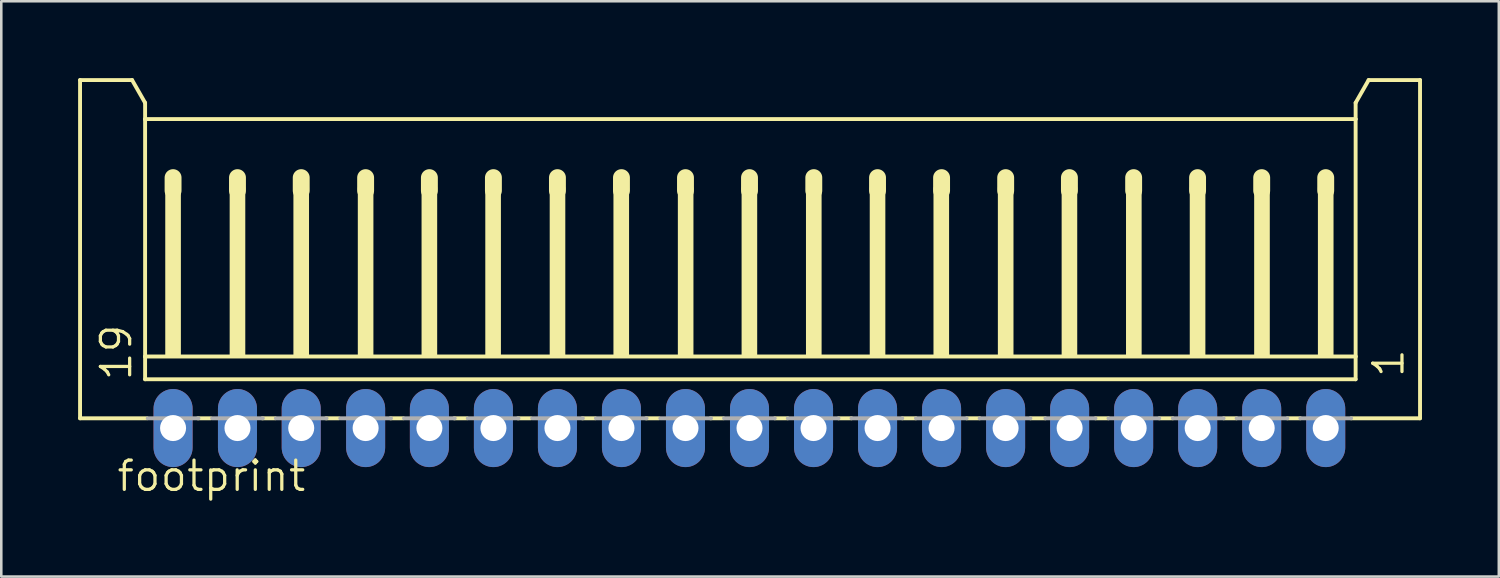
<source format=kicad_pcb>
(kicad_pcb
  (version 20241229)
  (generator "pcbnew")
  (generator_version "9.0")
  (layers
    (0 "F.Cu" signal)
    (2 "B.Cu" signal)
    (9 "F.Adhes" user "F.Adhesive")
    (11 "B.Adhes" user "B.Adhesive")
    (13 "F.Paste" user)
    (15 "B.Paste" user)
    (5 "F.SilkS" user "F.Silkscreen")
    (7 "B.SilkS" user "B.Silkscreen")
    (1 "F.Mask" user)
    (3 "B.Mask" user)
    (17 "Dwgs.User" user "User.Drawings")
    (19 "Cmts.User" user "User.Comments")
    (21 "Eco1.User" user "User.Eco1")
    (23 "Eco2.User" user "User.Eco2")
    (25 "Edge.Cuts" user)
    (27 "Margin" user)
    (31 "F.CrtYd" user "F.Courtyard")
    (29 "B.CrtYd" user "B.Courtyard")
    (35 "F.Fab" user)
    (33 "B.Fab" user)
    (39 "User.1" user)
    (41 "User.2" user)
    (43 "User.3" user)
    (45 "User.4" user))
  (footprint "footprint"
    (layer "F.Cu")
    (at 27.467 7.415)
    (property "Reference" "footprint" (at -26.019 8.79 0) (layer "F.SilkS") (effects (font (size 1.143 1.143) (thickness 0.127)) (justify left bottom)))
    (fp_line (start -27.391 -7.339) (end -25.359 -7.339) (stroke (width 0.152) (type solid)) (layer "F.SilkS"))
    (fp_line (start -27.391 5.869) (end -27.391 -7.339) (stroke (width 0.152) (type solid)) (layer "F.SilkS"))
    (fp_line (start -25.359 -7.339) (end -24.851 -6.45) (stroke (width 0.152) (type solid)) (layer "F.SilkS"))
    (fp_line (start -24.851 -6.45) (end -24.851 -5.815) (stroke (width 0.152) (type solid)) (layer "F.SilkS"))
    (fp_line (start -24.851 -5.815) (end -24.851 3.456) (stroke (width 0.152) (type solid)) (layer "F.SilkS"))
    (fp_line (start -24.851 3.456) (end -24.851 4.345) (stroke (width 0.152) (type solid)) (layer "F.SilkS"))
    (fp_line (start -24.775 5.869) (end -27.391 5.869) (stroke (width 0.152) (type solid)) (layer "F.SilkS"))
    (fp_line (start -23.759 -3.529) (end -23.759 -3.021) (stroke (width 0.66) (type solid)) (layer "F.SilkS"))
    (fp_line (start -22.286 5.869) (end -22.794 5.869) (stroke (width 0.152) (type solid)) (layer "F.SilkS"))
    (fp_line (start -21.244 -3.529) (end -21.244 -3.021) (stroke (width 0.66) (type solid)) (layer "F.SilkS"))
    (fp_line (start -19.771 5.869) (end -20.279 5.869) (stroke (width 0.152) (type solid)) (layer "F.SilkS"))
    (fp_line (start -18.755 -3.529) (end -18.755 -3.021) (stroke (width 0.66) (type solid)) (layer "F.SilkS"))
    (fp_line (start -17.282 5.869) (end -17.79 5.869) (stroke (width 0.152) (type solid)) (layer "F.SilkS"))
    (fp_line (start -16.24 -3.529) (end -16.24 -3.021) (stroke (width 0.66) (type solid)) (layer "F.SilkS"))
    (fp_line (start -14.767 5.869) (end -15.275 5.869) (stroke (width 0.152) (type solid)) (layer "F.SilkS"))
    (fp_line (start -13.75 -3.529) (end -13.75 -3.021) (stroke (width 0.66) (type solid)) (layer "F.SilkS"))
    (fp_line (start -12.278 5.869) (end -12.786 5.869) (stroke (width 0.152) (type solid)) (layer "F.SilkS"))
    (fp_line (start -11.25 -3.529) (end -11.25 -3.021) (stroke (width 0.66) (type solid)) (layer "F.SilkS"))
    (fp_line (start -9.789 5.869) (end -10.297 5.869) (stroke (width 0.152) (type solid)) (layer "F.SilkS"))
    (fp_line (start -8.75 -3.529) (end -8.75 -3.021) (stroke (width 0.66) (type solid)) (layer "F.SilkS"))
    (fp_line (start -7.274 5.869) (end -7.782 5.869) (stroke (width 0.152) (type solid)) (layer "F.SilkS"))
    (fp_line (start -6.25 -3.529) (end -6.25 -3.021) (stroke (width 0.66) (type solid)) (layer "F.SilkS"))
    (fp_line (start -4.785 5.869) (end -5.293 5.869) (stroke (width 0.152) (type solid)) (layer "F.SilkS"))
    (fp_line (start -3.75 -3.529) (end -3.75 -3.021) (stroke (width 0.66) (type solid)) (layer "F.SilkS"))
    (fp_line (start -2.27 5.869) (end -2.778 5.869) (stroke (width 0.152) (type solid)) (layer "F.SilkS"))
    (fp_line (start -1.25 -3.529) (end -1.25 -3.021) (stroke (width 0.66) (type solid)) (layer "F.SilkS"))
    (fp_line (start 0.244 5.869) (end -0.264 5.869) (stroke (width 0.152) (type solid)) (layer "F.SilkS"))
    (fp_line (start 1.26 -3.529) (end 1.26 -3.021) (stroke (width 0.66) (type solid)) (layer "F.SilkS"))
    (fp_line (start 2.733 5.869) (end 2.225 5.869) (stroke (width 0.152) (type solid)) (layer "F.SilkS"))
    (fp_line (start 3.749 -3.529) (end 3.749 -3.021) (stroke (width 0.66) (type solid)) (layer "F.SilkS"))
    (fp_line (start 5.248 5.869) (end 4.715 5.869) (stroke (width 0.152) (type solid)) (layer "F.SilkS"))
    (fp_line (start 6.25 -3.529) (end 6.25 -3.021) (stroke (width 0.66) (type solid)) (layer "F.SilkS"))
    (fp_line (start 7.737 5.869) (end 7.229 5.869) (stroke (width 0.152) (type solid)) (layer "F.SilkS"))
    (fp_line (start 8.753 -3.529) (end 8.753 -3.021) (stroke (width 0.66) (type solid)) (layer "F.SilkS"))
    (fp_line (start 10.303 5.869) (end 9.718 5.869) (stroke (width 0.152) (type solid)) (layer "F.SilkS"))
    (fp_line (start 11.242 -3.529) (end 11.242 -3.021) (stroke (width 0.66) (type solid)) (layer "F.SilkS"))
    (fp_line (start 12.766 5.869) (end 12.258 5.869) (stroke (width 0.152) (type solid)) (layer "F.SilkS"))
    (fp_line (start 13.75 -3.529) (end 13.75 -3.021) (stroke (width 0.66) (type solid)) (layer "F.SilkS"))
    (fp_line (start 15.281 5.869) (end 14.748 5.869) (stroke (width 0.152) (type solid)) (layer "F.SilkS"))
    (fp_line (start 16.246 -3.529) (end 16.246 -3.021) (stroke (width 0.66) (type solid)) (layer "F.SilkS"))
    (fp_line (start 17.77 5.869) (end 17.262 5.869) (stroke (width 0.152) (type solid)) (layer "F.SilkS"))
    (fp_line (start 18.75 -3.529) (end 18.75 -3.021) (stroke (width 0.66) (type solid)) (layer "F.SilkS"))
    (fp_line (start 20.259 5.869) (end 19.751 5.869) (stroke (width 0.152) (type solid)) (layer "F.SilkS"))
    (fp_line (start 21.25 -3.529) (end 21.25 -3.021) (stroke (width 0.66) (type solid)) (layer "F.SilkS"))
    (fp_line (start 22.418 -6.45) (end 22.418 -5.815) (stroke (width 0.152) (type solid)) (layer "F.SilkS"))
    (fp_line (start 22.418 -6.45) (end 22.926 -7.339) (stroke (width 0.152) (type solid)) (layer "F.SilkS"))
    (fp_line (start 22.418 -5.815) (end -24.851 -5.815) (stroke (width 0.152) (type solid)) (layer "F.SilkS"))
    (fp_line (start 22.418 -5.815) (end 22.418 3.456) (stroke (width 0.152) (type solid)) (layer "F.SilkS"))
    (fp_line (start 22.418 3.456) (end -24.851 3.456) (stroke (width 0.152) (type solid)) (layer "F.SilkS"))
    (fp_line (start 22.418 3.456) (end 22.418 4.345) (stroke (width 0.152) (type solid)) (layer "F.SilkS"))
    (fp_line (start 22.418 4.345) (end -24.851 4.345) (stroke (width 0.152) (type solid)) (layer "F.SilkS"))
    (fp_line (start 24.933 -7.339) (end 22.926 -7.339) (stroke (width 0.152) (type solid)) (layer "F.SilkS"))
    (fp_line (start 24.933 5.869) (end 22.241 5.869) (stroke (width 0.152) (type solid)) (layer "F.SilkS"))
    (fp_line (start 24.933 5.869) (end 24.933 -7.339) (stroke (width 0.152) (type solid)) (layer "F.SilkS"))
    (fp_poly (pts (xy -24.064 3.456) (xy -23.454 3.456) (xy -23.454 -3.148) (xy -24.064 -3.148)) (stroke (width 0) (type solid)) (fill yes) (layer "F.SilkS"))
    (fp_poly (pts (xy -21.549 3.456) (xy -20.939 3.456) (xy -20.939 -3.148) (xy -21.549 -3.148)) (stroke (width 0) (type solid)) (fill yes) (layer "F.SilkS"))
    (fp_poly (pts (xy -19.06 3.456) (xy -18.45 3.456) (xy -18.45 -3.148) (xy -19.06 -3.148)) (stroke (width 0) (type solid)) (fill yes) (layer "F.SilkS"))
    (fp_poly (pts (xy -16.545 3.456) (xy -15.936 3.456) (xy -15.936 -3.148) (xy -16.545 -3.148)) (stroke (width 0) (type solid)) (fill yes) (layer "F.SilkS"))
    (fp_poly (pts (xy -14.056 3.456) (xy -13.446 3.456) (xy -13.446 -3.148) (xy -14.056 -3.148)) (stroke (width 0) (type solid)) (fill yes) (layer "F.SilkS"))
    (fp_poly (pts (xy -11.567 3.456) (xy -10.957 3.456) (xy -10.957 -3.148) (xy -11.567 -3.148)) (stroke (width 0) (type solid)) (fill yes) (layer "F.SilkS"))
    (fp_poly (pts (xy -9.052 3.456) (xy -8.443 3.456) (xy -8.443 -3.148) (xy -9.052 -3.148)) (stroke (width 0) (type solid)) (fill yes) (layer "F.SilkS"))
    (fp_poly (pts (xy -6.563 3.456) (xy -5.953 3.456) (xy -5.953 -3.148) (xy -6.563 -3.148)) (stroke (width 0) (type solid)) (fill yes) (layer "F.SilkS"))
    (fp_poly (pts (xy -4.048 3.456) (xy -3.439 3.456) (xy -3.439 -3.148) (xy -4.048 -3.148)) (stroke (width 0) (type solid)) (fill yes) (layer "F.SilkS"))
    (fp_poly (pts (xy -1.559 3.456) (xy -0.95 3.456) (xy -0.95 -3.148) (xy -1.559 -3.148)) (stroke (width 0) (type solid)) (fill yes) (layer "F.SilkS"))
    (fp_poly (pts (xy 0.955 3.456) (xy 1.565 3.456) (xy 1.565 -3.148) (xy 0.955 -3.148)) (stroke (width 0) (type solid)) (fill yes) (layer "F.SilkS"))
    (fp_poly (pts (xy 3.445 3.456) (xy 4.054 3.456) (xy 4.054 -3.148) (xy 3.445 -3.148)) (stroke (width 0) (type solid)) (fill yes) (layer "F.SilkS"))
    (fp_poly (pts (xy 5.934 3.456) (xy 6.543 3.456) (xy 6.543 -3.148) (xy 5.934 -3.148)) (stroke (width 0) (type solid)) (fill yes) (layer "F.SilkS"))
    (fp_poly (pts (xy 8.448 3.456) (xy 9.058 3.456) (xy 9.058 -3.148) (xy 8.448 -3.148)) (stroke (width 0) (type solid)) (fill yes) (layer "F.SilkS"))
    (fp_poly (pts (xy 10.938 3.456) (xy 11.547 3.456) (xy 11.547 -3.148) (xy 10.938 -3.148)) (stroke (width 0) (type solid)) (fill yes) (layer "F.SilkS"))
    (fp_poly (pts (xy 13.452 3.456) (xy 14.062 3.456) (xy 14.062 -3.148) (xy 13.452 -3.148)) (stroke (width 0) (type solid)) (fill yes) (layer "F.SilkS"))
    (fp_poly (pts (xy 15.941 3.456) (xy 16.551 3.456) (xy 16.551 -3.148) (xy 15.941 -3.148)) (stroke (width 0) (type solid)) (fill yes) (layer "F.SilkS"))
    (fp_poly (pts (xy 18.456 3.456) (xy 19.066 3.456) (xy 19.066 -3.148) (xy 18.456 -3.148)) (stroke (width 0) (type solid)) (fill yes) (layer "F.SilkS"))
    (fp_poly (pts (xy 20.945 3.456) (xy 21.555 3.456) (xy 21.555 -3.148) (xy 20.945 -3.148)) (stroke (width 0) (type solid)) (fill yes) (layer "F.SilkS"))
    (fp_line (start -24.749 5.869) (end -22.768 5.869) (stroke (width 0.152) (type solid)) (layer "F.Fab"))
    (fp_line (start -22.235 5.869) (end -20.254 5.869) (stroke (width 0.152) (type solid)) (layer "F.Fab"))
    (fp_line (start -19.746 5.869) (end -17.764 5.869) (stroke (width 0.152) (type solid)) (layer "F.Fab"))
    (fp_line (start -17.231 5.869) (end -15.25 5.869) (stroke (width 0.152) (type solid)) (layer "F.Fab"))
    (fp_line (start -14.742 5.869) (end -12.761 5.869) (stroke (width 0.152) (type solid)) (layer "F.Fab"))
    (fp_line (start -12.253 5.869) (end -10.271 5.869) (stroke (width 0.152) (type solid)) (layer "F.Fab"))
    (fp_line (start -9.738 5.869) (end -7.757 5.869) (stroke (width 0.152) (type solid)) (layer "F.Fab"))
    (fp_line (start -7.249 5.869) (end -5.268 5.869) (stroke (width 0.152) (type solid)) (layer "F.Fab"))
    (fp_line (start -4.734 5.869) (end -2.753 5.869) (stroke (width 0.152) (type solid)) (layer "F.Fab"))
    (fp_line (start -2.245 5.869) (end -0.264 5.869) (stroke (width 0.152) (type solid)) (layer "F.Fab"))
    (fp_line (start 0.244 5.869) (end 2.225 5.869) (stroke (width 0.152) (type solid)) (layer "F.Fab"))
    (fp_line (start 2.733 5.869) (end 4.715 5.869) (stroke (width 0.152) (type solid)) (layer "F.Fab"))
    (fp_line (start 5.248 5.869) (end 7.229 5.869) (stroke (width 0.152) (type solid)) (layer "F.Fab"))
    (fp_line (start 7.737 5.869) (end 9.718 5.869) (stroke (width 0.152) (type solid)) (layer "F.Fab"))
    (fp_line (start 10.303 5.869) (end 12.258 5.869) (stroke (width 0.152) (type solid)) (layer "F.Fab"))
    (fp_line (start 12.766 5.869) (end 14.748 5.869) (stroke (width 0.152) (type solid)) (layer "F.Fab"))
    (fp_line (start 15.281 5.869) (end 17.262 5.869) (stroke (width 0.152) (type solid)) (layer "F.Fab"))
    (fp_line (start 17.77 5.869) (end 19.751 5.869) (stroke (width 0.152) (type solid)) (layer "F.Fab"))
    (fp_line (start 20.259 5.869) (end 22.241 5.869) (stroke (width 0.152) (type solid)) (layer "F.Fab"))
    (fp_poly (pts (xy -24.064 6.504) (xy -23.454 6.504) (xy -23.454 5.869) (xy -24.064 5.869)) (stroke (width 0.1) (type solid)) (fill no) (layer "F.Fab"))
    (fp_poly (pts (xy -21.549 6.504) (xy -20.939 6.504) (xy -20.939 5.869) (xy -21.549 5.869)) (stroke (width 0.1) (type solid)) (fill no) (layer "F.Fab"))
    (fp_poly (pts (xy -19.06 6.504) (xy -18.45 6.504) (xy -18.45 5.869) (xy -19.06 5.869)) (stroke (width 0.1) (type solid)) (fill no) (layer "F.Fab"))
    (fp_poly (pts (xy -16.545 6.504) (xy -15.936 6.504) (xy -15.936 5.869) (xy -16.545 5.869)) (stroke (width 0.1) (type solid)) (fill no) (layer "F.Fab"))
    (fp_poly (pts (xy -14.056 6.504) (xy -13.446 6.504) (xy -13.446 5.869) (xy -14.056 5.869)) (stroke (width 0.1) (type solid)) (fill no) (layer "F.Fab"))
    (fp_poly (pts (xy -11.567 6.504) (xy -10.957 6.504) (xy -10.957 5.869) (xy -11.567 5.869)) (stroke (width 0.1) (type solid)) (fill no) (layer "F.Fab"))
    (fp_poly (pts (xy -9.052 6.504) (xy -8.443 6.504) (xy -8.443 5.869) (xy -9.052 5.869)) (stroke (width 0.1) (type solid)) (fill no) (layer "F.Fab"))
    (fp_poly (pts (xy -6.563 6.504) (xy -5.953 6.504) (xy -5.953 5.869) (xy -6.563 5.869)) (stroke (width 0.1) (type solid)) (fill no) (layer "F.Fab"))
    (fp_poly (pts (xy -4.048 6.504) (xy -3.439 6.504) (xy -3.439 5.869) (xy -4.048 5.869)) (stroke (width 0.1) (type solid)) (fill no) (layer "F.Fab"))
    (fp_poly (pts (xy -1.559 6.504) (xy -0.95 6.504) (xy -0.95 5.869) (xy -1.559 5.869)) (stroke (width 0.1) (type solid)) (fill no) (layer "F.Fab"))
    (fp_poly (pts (xy 0.955 6.504) (xy 1.565 6.504) (xy 1.565 5.869) (xy 0.955 5.869)) (stroke (width 0.1) (type solid)) (fill no) (layer "F.Fab"))
    (fp_poly (pts (xy 3.445 6.504) (xy 4.054 6.504) (xy 4.054 5.869) (xy 3.445 5.869)) (stroke (width 0.1) (type solid)) (fill no) (layer "F.Fab"))
    (fp_poly (pts (xy 5.934 6.504) (xy 6.543 6.504) (xy 6.543 5.869) (xy 5.934 5.869)) (stroke (width 0.1) (type solid)) (fill no) (layer "F.Fab"))
    (fp_poly (pts (xy 8.448 6.504) (xy 9.058 6.504) (xy 9.058 5.869) (xy 8.448 5.869)) (stroke (width 0.1) (type solid)) (fill no) (layer "F.Fab"))
    (fp_poly (pts (xy 10.938 6.504) (xy 11.547 6.504) (xy 11.547 5.869) (xy 10.938 5.869)) (stroke (width 0.1) (type solid)) (fill no) (layer "F.Fab"))
    (fp_poly (pts (xy 13.452 6.504) (xy 14.062 6.504) (xy 14.062 5.869) (xy 13.452 5.869)) (stroke (width 0.1) (type solid)) (fill no) (layer "F.Fab"))
    (fp_poly (pts (xy 15.941 6.504) (xy 16.551 6.504) (xy 16.551 5.869) (xy 15.941 5.869)) (stroke (width 0.1) (type solid)) (fill no) (layer "F.Fab"))
    (fp_poly (pts (xy 18.456 6.504) (xy 19.066 6.504) (xy 19.066 5.869) (xy 18.456 5.869)) (stroke (width 0.1) (type solid)) (fill no) (layer "F.Fab"))
    (fp_poly (pts (xy 20.945 6.504) (xy 21.555 6.504) (xy 21.555 5.869) (xy 20.945 5.869)) (stroke (width 0.1) (type solid)) (fill no) (layer "F.Fab"))
    (fp_text user "1" (at 24.374 4.345 90) (layer "F.SilkS") (effects (font (size 1.143 1.143) (thickness 0.127)) (justify left bottom)))
    (fp_text user "19" (at -25.308 4.472 90) (layer "F.SilkS") (effects (font (size 1.143 1.143) (thickness 0.127)) (justify left bottom)))
    (pad "1" thru_hole oval (at 21.25 6.25 90) (size 3.048 1.524) (drill 1.016) (layers "*.Cu" "*.Mask"))
    (pad "2" thru_hole oval (at 18.75 6.25 90) (size 3.048 1.524) (drill 1.016) (layers "*.Cu" "*.Mask"))
    (pad "3" thru_hole oval (at 16.25 6.25 90) (size 3.048 1.524) (drill 1.016) (layers "*.Cu" "*.Mask"))
    (pad "4" thru_hole oval (at 13.75 6.25 90) (size 3.048 1.524) (drill 1.016) (layers "*.Cu" "*.Mask"))
    (pad "5" thru_hole oval (at 11.25 6.25 90) (size 3.048 1.524) (drill 1.016) (layers "*.Cu" "*.Mask"))
    (pad "6" thru_hole oval (at 8.75 6.25 90) (size 3.048 1.524) (drill 1.016) (layers "*.Cu" "*.Mask"))
    (pad "7" thru_hole oval (at 6.25 6.25 90) (size 3.048 1.524) (drill 1.016) (layers "*.Cu" "*.Mask"))
    (pad "8" thru_hole oval (at 3.75 6.25 90) (size 3.048 1.524) (drill 1.016) (layers "*.Cu" "*.Mask"))
    (pad "9" thru_hole oval (at 1.25 6.25 90) (size 3.048 1.524) (drill 1.016) (layers "*.Cu" "*.Mask"))
    (pad "10" thru_hole oval (at -1.25 6.25 90) (size 3.048 1.524) (drill 1.016) (layers "*.Cu" "*.Mask"))
    (pad "11" thru_hole oval (at -3.75 6.25 90) (size 3.048 1.524) (drill 1.016) (layers "*.Cu" "*.Mask"))
    (pad "12" thru_hole oval (at -6.25 6.25 90) (size 3.048 1.524) (drill 1.016) (layers "*.Cu" "*.Mask"))
    (pad "13" thru_hole oval (at -8.75 6.25 90) (size 3.048 1.524) (drill 1.016) (layers "*.Cu" "*.Mask"))
    (pad "14" thru_hole oval (at -11.25 6.25 90) (size 3.048 1.524) (drill 1.016) (layers "*.Cu" "*.Mask"))
    (pad "15" thru_hole oval (at -13.75 6.25 90) (size 3.048 1.524) (drill 1.016) (layers "*.Cu" "*.Mask"))
    (pad "16" thru_hole oval (at -16.24 6.25 90) (size 3.048 1.524) (drill 1.016) (layers "*.Cu" "*.Mask"))
    (pad "17" thru_hole oval (at -18.755 6.25 90) (size 3.048 1.524) (drill 1.016) (layers "*.Cu" "*.Mask"))
    (pad "18" thru_hole oval (at -21.244 6.25 90) (size 3.048 1.524) (drill 1.016) (layers "*.Cu" "*.Mask"))
    (pad "19" thru_hole oval (at -23.759 6.25 90) (size 3.048 1.524) (drill 1.016) (layers "*.Cu" "*.Mask")))
  (gr_rect
    (start -3 -3)
    (end 55.476 19.464)
    (stroke (width 0.1) (type default))
    (fill no)
    (layer "Edge.Cuts")))
</source>
